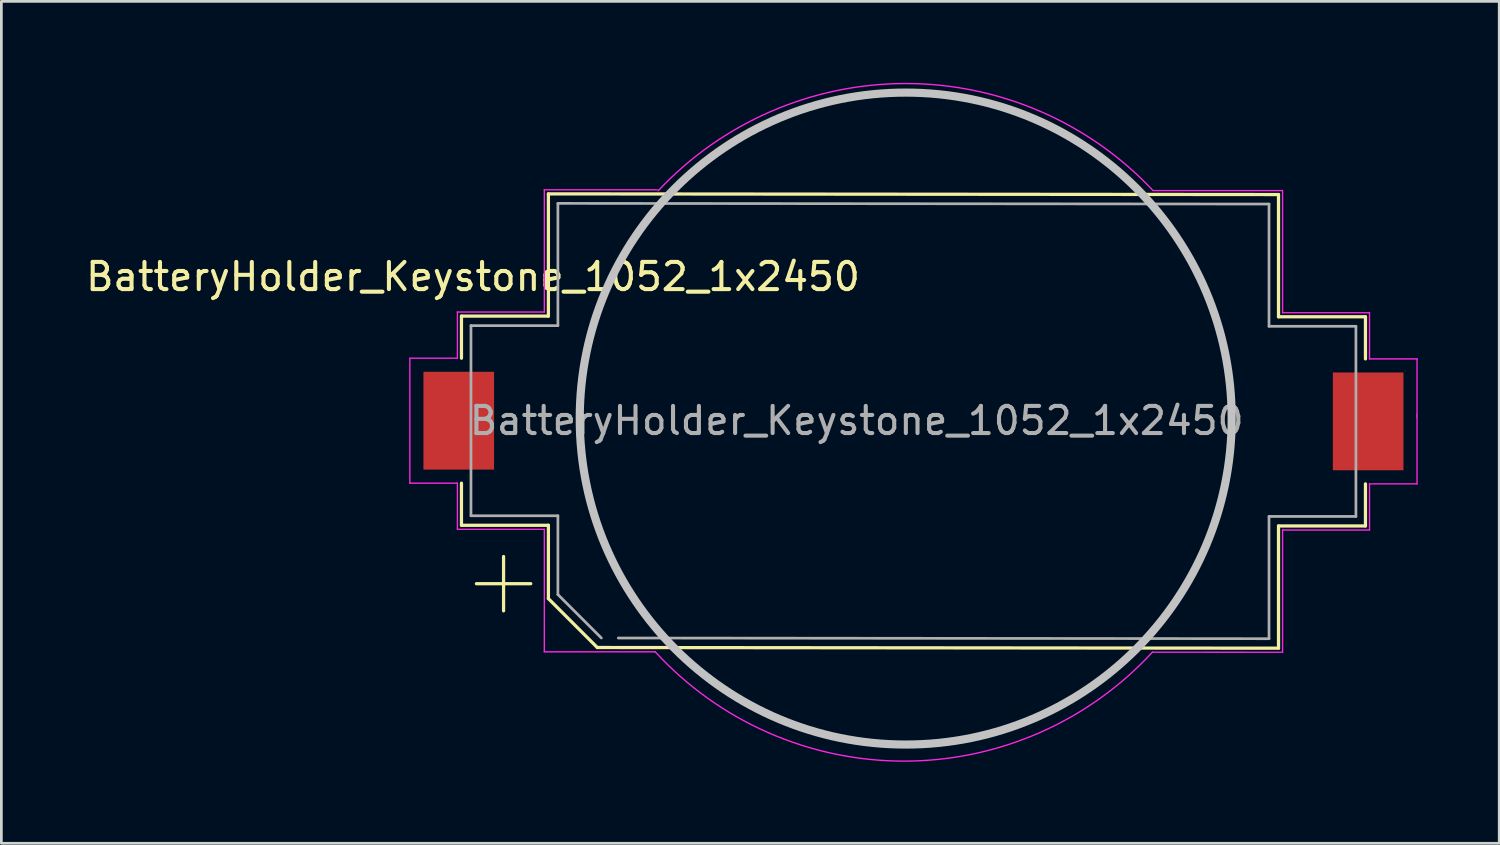
<source format=kicad_pcb>
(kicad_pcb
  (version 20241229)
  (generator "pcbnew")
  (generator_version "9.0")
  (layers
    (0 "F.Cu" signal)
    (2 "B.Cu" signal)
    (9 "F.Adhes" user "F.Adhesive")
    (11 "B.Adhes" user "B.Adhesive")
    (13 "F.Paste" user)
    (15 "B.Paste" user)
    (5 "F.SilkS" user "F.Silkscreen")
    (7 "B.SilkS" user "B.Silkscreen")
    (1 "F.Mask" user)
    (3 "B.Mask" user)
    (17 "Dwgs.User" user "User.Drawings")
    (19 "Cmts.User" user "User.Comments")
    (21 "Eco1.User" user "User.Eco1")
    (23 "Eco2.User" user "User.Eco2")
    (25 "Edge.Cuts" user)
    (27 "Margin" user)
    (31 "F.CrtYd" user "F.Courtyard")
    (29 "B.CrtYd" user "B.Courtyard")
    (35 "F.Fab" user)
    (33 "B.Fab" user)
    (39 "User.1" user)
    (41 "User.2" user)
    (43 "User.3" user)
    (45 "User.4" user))
  (footprint "BatteryHolder_Keystone_1052_1x2450"
    (layer "F.Cu")
    (at 30.825 12.602)
    (property "Reference" "BatteryHolder_Keystone_1052_1x2450" (at -16.462 -5.465 0) (layer "F.SilkS") (effects (font (size 1 1) (thickness 0.15))))
    (attr smd)
    (fp_line (start -16.887 -4.015) (end -16.887 -2.465) (stroke (width 0.12) (type solid)) (layer "F.SilkS"))
    (fp_line (start -16.887 3.685) (end -16.887 2.135) (stroke (width 0.12) (type solid)) (layer "F.SilkS"))
    (fp_line (start -15.337 4.835) (end -15.337 6.835) (stroke (width 0.12) (type solid)) (layer "F.SilkS"))
    (fp_line (start -14.337 5.835) (end -16.337 5.835) (stroke (width 0.12) (type solid)) (layer "F.SilkS"))
    (fp_line (start -13.687 -8.515) (end -13.687 -4.015) (stroke (width 0.12) (type solid)) (layer "F.SilkS"))
    (fp_line (start -13.687 -8.515) (end 13.191 -8.49) (stroke (width 0.12) (type solid)) (layer "F.SilkS"))
    (fp_line (start -13.687 -4.015) (end -16.887 -4.015) (stroke (width 0.12) (type solid)) (layer "F.SilkS"))
    (fp_line (start -13.687 3.685) (end -16.887 3.685) (stroke (width 0.12) (type solid)) (layer "F.SilkS"))
    (fp_line (start -13.687 6.385) (end -13.687 3.685) (stroke (width 0.12) (type solid)) (layer "F.SilkS"))
    (fp_line (start -11.887 8.185) (end -13.687 6.385) (stroke (width 0.12) (type solid)) (layer "F.SilkS"))
    (fp_line (start 13.191 -8.49) (end 13.191 -3.99) (stroke (width 0.12) (type solid)) (layer "F.SilkS"))
    (fp_line (start 13.191 -3.99) (end 16.392 -3.99) (stroke (width 0.12) (type solid)) (layer "F.SilkS"))
    (fp_line (start 13.191 3.71) (end 16.392 3.71) (stroke (width 0.12) (type solid)) (layer "F.SilkS"))
    (fp_line (start 13.191 8.21) (end -11.887 8.185) (stroke (width 0.12) (type solid)) (layer "F.SilkS"))
    (fp_line (start 13.191 8.21) (end 13.191 3.71) (stroke (width 0.12) (type solid)) (layer "F.SilkS"))
    (fp_line (start 16.392 -3.99) (end 16.392 -2.44) (stroke (width 0.12) (type solid)) (layer "F.SilkS"))
    (fp_line (start 16.392 3.71) (end 16.392 2.16) (stroke (width 0.12) (type solid)) (layer "F.SilkS"))
    (fp_line (start 18.275 -0.267) (end 18.275 -0.419) (stroke (width 0.01) (type solid)) (layer "F.SilkS"))
    (fp_circle (center -0.533 -0.243) (end 11.467 -0.243) (stroke (width 0.3) (type solid)) (fill no) (layer "Dwgs.User"))
    (fp_line (start -18.787 2.135) (end -18.787 -2.465) (stroke (width 0.05) (type solid)) (layer "F.CrtYd"))
    (fp_line (start -17.037 -4.165) (end -13.837 -4.165) (stroke (width 0.05) (type solid)) (layer "F.CrtYd"))
    (fp_line (start -17.037 -2.465) (end -18.787 -2.465) (stroke (width 0.05) (type solid)) (layer "F.CrtYd"))
    (fp_line (start -17.037 -2.465) (end -17.037 -4.165) (stroke (width 0.05) (type solid)) (layer "F.CrtYd"))
    (fp_line (start -17.037 2.135) (end -18.787 2.135) (stroke (width 0.05) (type solid)) (layer "F.CrtYd"))
    (fp_line (start -17.037 3.835) (end -17.037 2.135) (stroke (width 0.05) (type solid)) (layer "F.CrtYd"))
    (fp_line (start -17.037 3.835) (end -13.837 3.835) (stroke (width 0.05) (type solid)) (layer "F.CrtYd"))
    (fp_line (start -13.843 8.344) (end -9.754 8.344) (stroke (width 0.05) (type solid)) (layer "F.CrtYd"))
    (fp_line (start -13.837 -8.665) (end -9.681 -8.665) (stroke (width 0.05) (type solid)) (layer "F.CrtYd"))
    (fp_line (start -13.837 -4.165) (end -13.837 -8.665) (stroke (width 0.05) (type solid)) (layer "F.CrtYd"))
    (fp_line (start -13.837 3.835) (end -13.837 8.335) (stroke (width 0.05) (type solid)) (layer "F.CrtYd"))
    (fp_line (start 13.335 -8.636) (end 8.572 -8.636) (stroke (width 0.05) (type solid)) (layer "F.CrtYd"))
    (fp_line (start 13.341 -8.64) (end 13.341 -4.14) (stroke (width 0.05) (type solid)) (layer "F.CrtYd"))
    (fp_line (start 13.341 -4.14) (end 16.541 -4.14) (stroke (width 0.05) (type solid)) (layer "F.CrtYd"))
    (fp_line (start 13.341 3.86) (end 13.341 8.36) (stroke (width 0.05) (type solid)) (layer "F.CrtYd"))
    (fp_line (start 13.341 8.36) (end 8.572 8.357) (stroke (width 0.05) (type solid)) (layer "F.CrtYd"))
    (fp_line (start 16.541 -4.14) (end 16.541 -2.44) (stroke (width 0.05) (type solid)) (layer "F.CrtYd"))
    (fp_line (start 16.541 -2.44) (end 18.291 -2.44) (stroke (width 0.05) (type solid)) (layer "F.CrtYd"))
    (fp_line (start 16.541 2.16) (end 16.541 3.86) (stroke (width 0.05) (type solid)) (layer "F.CrtYd"))
    (fp_line (start 16.541 3.86) (end 13.341 3.86) (stroke (width 0.05) (type solid)) (layer "F.CrtYd"))
    (fp_line (start 18.291 -2.44) (end 18.291 2.16) (stroke (width 0.05) (type solid)) (layer "F.CrtYd"))
    (fp_line (start 18.291 2.16) (end 16.541 2.16) (stroke (width 0.05) (type solid)) (layer "F.CrtYd"))
    (fp_arc (start -9.644046 -8.630129) (mid -0.54614 -12.577147) (end 8.5598 -8.6487) (stroke (width 0.05) (type solid)) (layer "F.CrtYd"))
    (fp_arc (start 8.559284 8.344462) (mid -0.597281 12.367491) (end -9.7536 8.3439) (stroke (width 0.05) (type solid)) (layer "F.CrtYd"))
    (fp_line (start -16.537 -3.665) (end -13.337 -3.665) (stroke (width 0.1) (type solid)) (layer "F.Fab"))
    (fp_line (start -16.537 3.335) (end -16.537 -3.665) (stroke (width 0.1) (type solid)) (layer "F.Fab"))
    (fp_line (start -13.337 -8.165) (end -13.337 -3.665) (stroke (width 0.1) (type solid)) (layer "F.Fab"))
    (fp_line (start -13.337 3.335) (end -16.537 3.335) (stroke (width 0.1) (type solid)) (layer "F.Fab"))
    (fp_line (start -13.337 6.235) (end -13.337 3.335) (stroke (width 0.1) (type solid)) (layer "F.Fab"))
    (fp_line (start -11.737 7.835) (end -13.337 6.235) (stroke (width 0.1) (type solid)) (layer "F.Fab"))
    (fp_line (start 12.841 -8.14) (end -13.337 -8.165) (stroke (width 0.1) (type solid)) (layer "F.Fab"))
    (fp_line (start 12.841 -8.14) (end 12.841 -3.64) (stroke (width 0.1) (type solid)) (layer "F.Fab"))
    (fp_line (start 12.841 3.36) (end 16.041 3.36) (stroke (width 0.1) (type solid)) (layer "F.Fab"))
    (fp_line (start 12.841 7.86) (end -11.114 7.835) (stroke (width 0.1) (type solid)) (layer "F.Fab"))
    (fp_line (start 12.841 7.86) (end 12.841 3.36) (stroke (width 0.1) (type solid)) (layer "F.Fab"))
    (fp_line (start 16.041 -3.64) (end 12.841 -3.64) (stroke (width 0.1) (type solid)) (layer "F.Fab"))
    (fp_line (start 16.041 3.36) (end 16.041 -3.64) (stroke (width 0.1) (type solid)) (layer "F.Fab"))
    (fp_text user "${REFERENCE}" (at -2.337 -0.165 0) (layer "F.Fab") (effects (font (size 1 1) (thickness 0.15))))
    (pad "1" smd rect (at -16.987 -0.165 180) (size 2.6 3.6) (layers "F.Cu" "F.Mask" "F.Paste"))
    (pad "2" smd rect (at 16.491 -0.14 180) (size 2.6 3.6) (layers "F.Cu" "F.Mask" "F.Paste")))
  (gr_rect
    (start -3 -3)
    (end 52.141 27.995)
    (stroke (width 0.1) (type default))
    (fill no)
    (layer "Edge.Cuts")))
</source>
